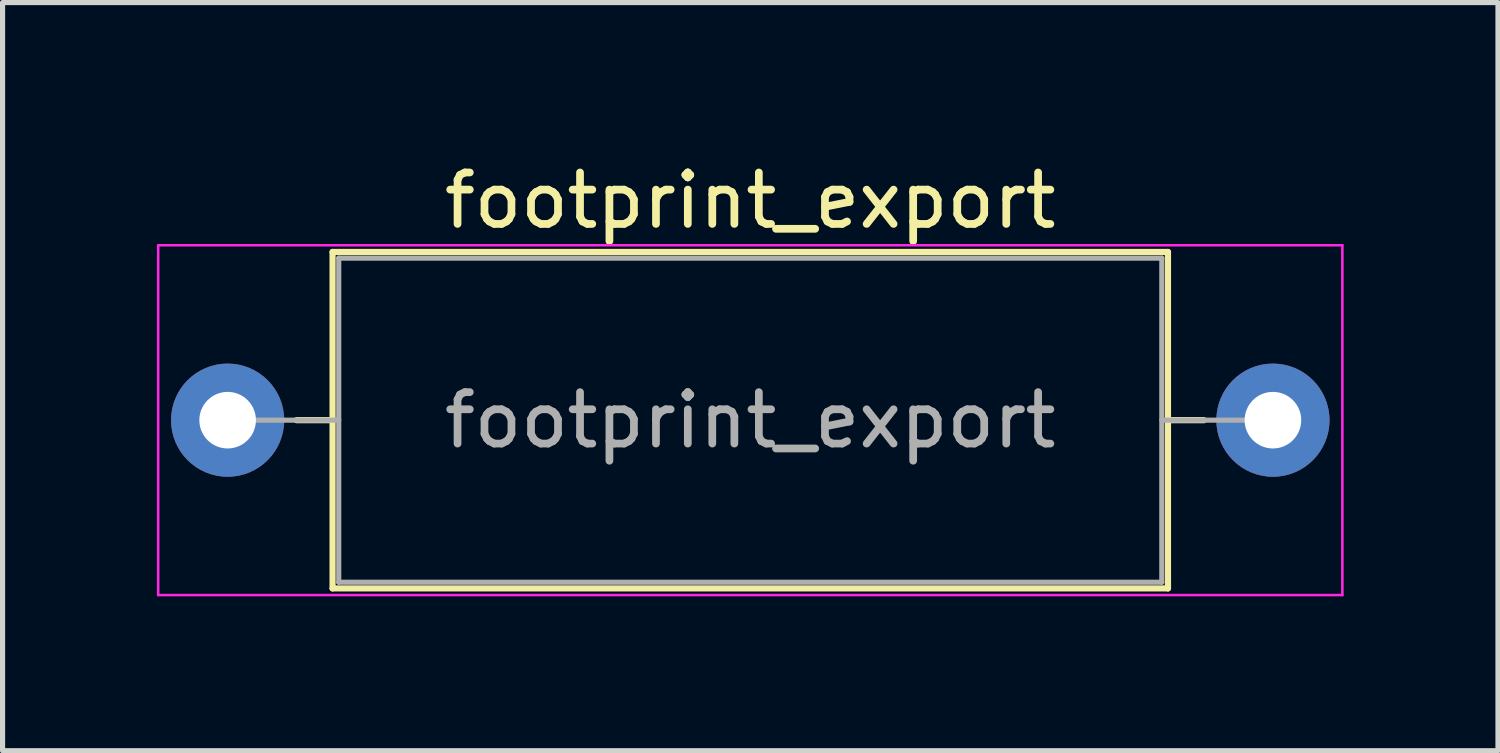
<source format=kicad_pcb>
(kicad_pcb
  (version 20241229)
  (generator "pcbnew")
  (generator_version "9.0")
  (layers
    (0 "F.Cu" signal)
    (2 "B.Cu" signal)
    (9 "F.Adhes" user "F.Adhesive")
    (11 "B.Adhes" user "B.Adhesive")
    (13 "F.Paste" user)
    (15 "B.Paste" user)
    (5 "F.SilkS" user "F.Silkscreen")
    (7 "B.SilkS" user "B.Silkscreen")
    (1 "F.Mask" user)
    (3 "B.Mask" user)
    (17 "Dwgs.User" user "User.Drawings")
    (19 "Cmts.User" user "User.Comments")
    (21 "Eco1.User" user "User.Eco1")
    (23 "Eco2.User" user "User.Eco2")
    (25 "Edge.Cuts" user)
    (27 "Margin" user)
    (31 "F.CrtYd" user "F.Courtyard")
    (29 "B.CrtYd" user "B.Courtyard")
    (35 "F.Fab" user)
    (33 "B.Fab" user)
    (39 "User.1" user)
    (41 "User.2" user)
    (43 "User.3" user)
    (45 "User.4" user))
  (footprint "footprint_export"
    (layer "F.Cu")
    (at 1.375 5.118)
    (property "Reference" "footprint_export" (at 10.16 -4.27 0) (layer "F.SilkS") (effects (font (size 1 1) (thickness 0.15))))
    (attr through_hole)
    (fp_line (start 1.34 0) (end 2.04 0) (stroke (width 0.12) (type solid)) (layer "F.SilkS"))
    (fp_line (start 2.04 -3.27) (end 2.04 3.27) (stroke (width 0.12) (type solid)) (layer "F.SilkS"))
    (fp_line (start 2.04 3.27) (end 18.28 3.27) (stroke (width 0.12) (type solid)) (layer "F.SilkS"))
    (fp_line (start 18.28 -3.27) (end 2.04 -3.27) (stroke (width 0.12) (type solid)) (layer "F.SilkS"))
    (fp_line (start 18.28 3.27) (end 18.28 -3.27) (stroke (width 0.12) (type solid)) (layer "F.SilkS"))
    (fp_line (start 18.98 0) (end 18.28 0) (stroke (width 0.12) (type solid)) (layer "F.SilkS"))
    (fp_line (start -1.35 -3.4) (end -1.35 3.4) (stroke (width 0.05) (type solid)) (layer "F.CrtYd"))
    (fp_line (start -1.35 3.4) (end 21.67 3.4) (stroke (width 0.05) (type solid)) (layer "F.CrtYd"))
    (fp_line (start 21.67 -3.4) (end -1.35 -3.4) (stroke (width 0.05) (type solid)) (layer "F.CrtYd"))
    (fp_line (start 21.67 3.4) (end 21.67 -3.4) (stroke (width 0.05) (type solid)) (layer "F.CrtYd"))
    (fp_line (start 0 0) (end 2.16 0) (stroke (width 0.1) (type solid)) (layer "F.Fab"))
    (fp_line (start 2.16 -3.15) (end 2.16 3.15) (stroke (width 0.1) (type solid)) (layer "F.Fab"))
    (fp_line (start 2.16 3.15) (end 18.16 3.15) (stroke (width 0.1) (type solid)) (layer "F.Fab"))
    (fp_line (start 18.16 -3.15) (end 2.16 -3.15) (stroke (width 0.1) (type solid)) (layer "F.Fab"))
    (fp_line (start 18.16 3.15) (end 18.16 -3.15) (stroke (width 0.1) (type solid)) (layer "F.Fab"))
    (fp_line (start 20.32 0) (end 18.16 0) (stroke (width 0.1) (type solid)) (layer "F.Fab"))
    (fp_text user "${REFERENCE}" (at 10.16 0 0) (layer "F.Fab") (effects (font (size 1 1) (thickness 0.15))))
    (pad "1" thru_hole circle (at 0 0) (size 2.2 2.2) (drill 1.1) (layers "*.Cu" "*.Mask"))
    (pad "2" thru_hole oval (at 20.32 0) (size 2.2 2.2) (drill 1.1) (layers "*.Cu" "*.Mask")))
  (gr_rect
    (start -3 -3)
    (end 26.07 11.543)
    (stroke (width 0.1) (type default))
    (fill no)
    (layer "Edge.Cuts")))
</source>
